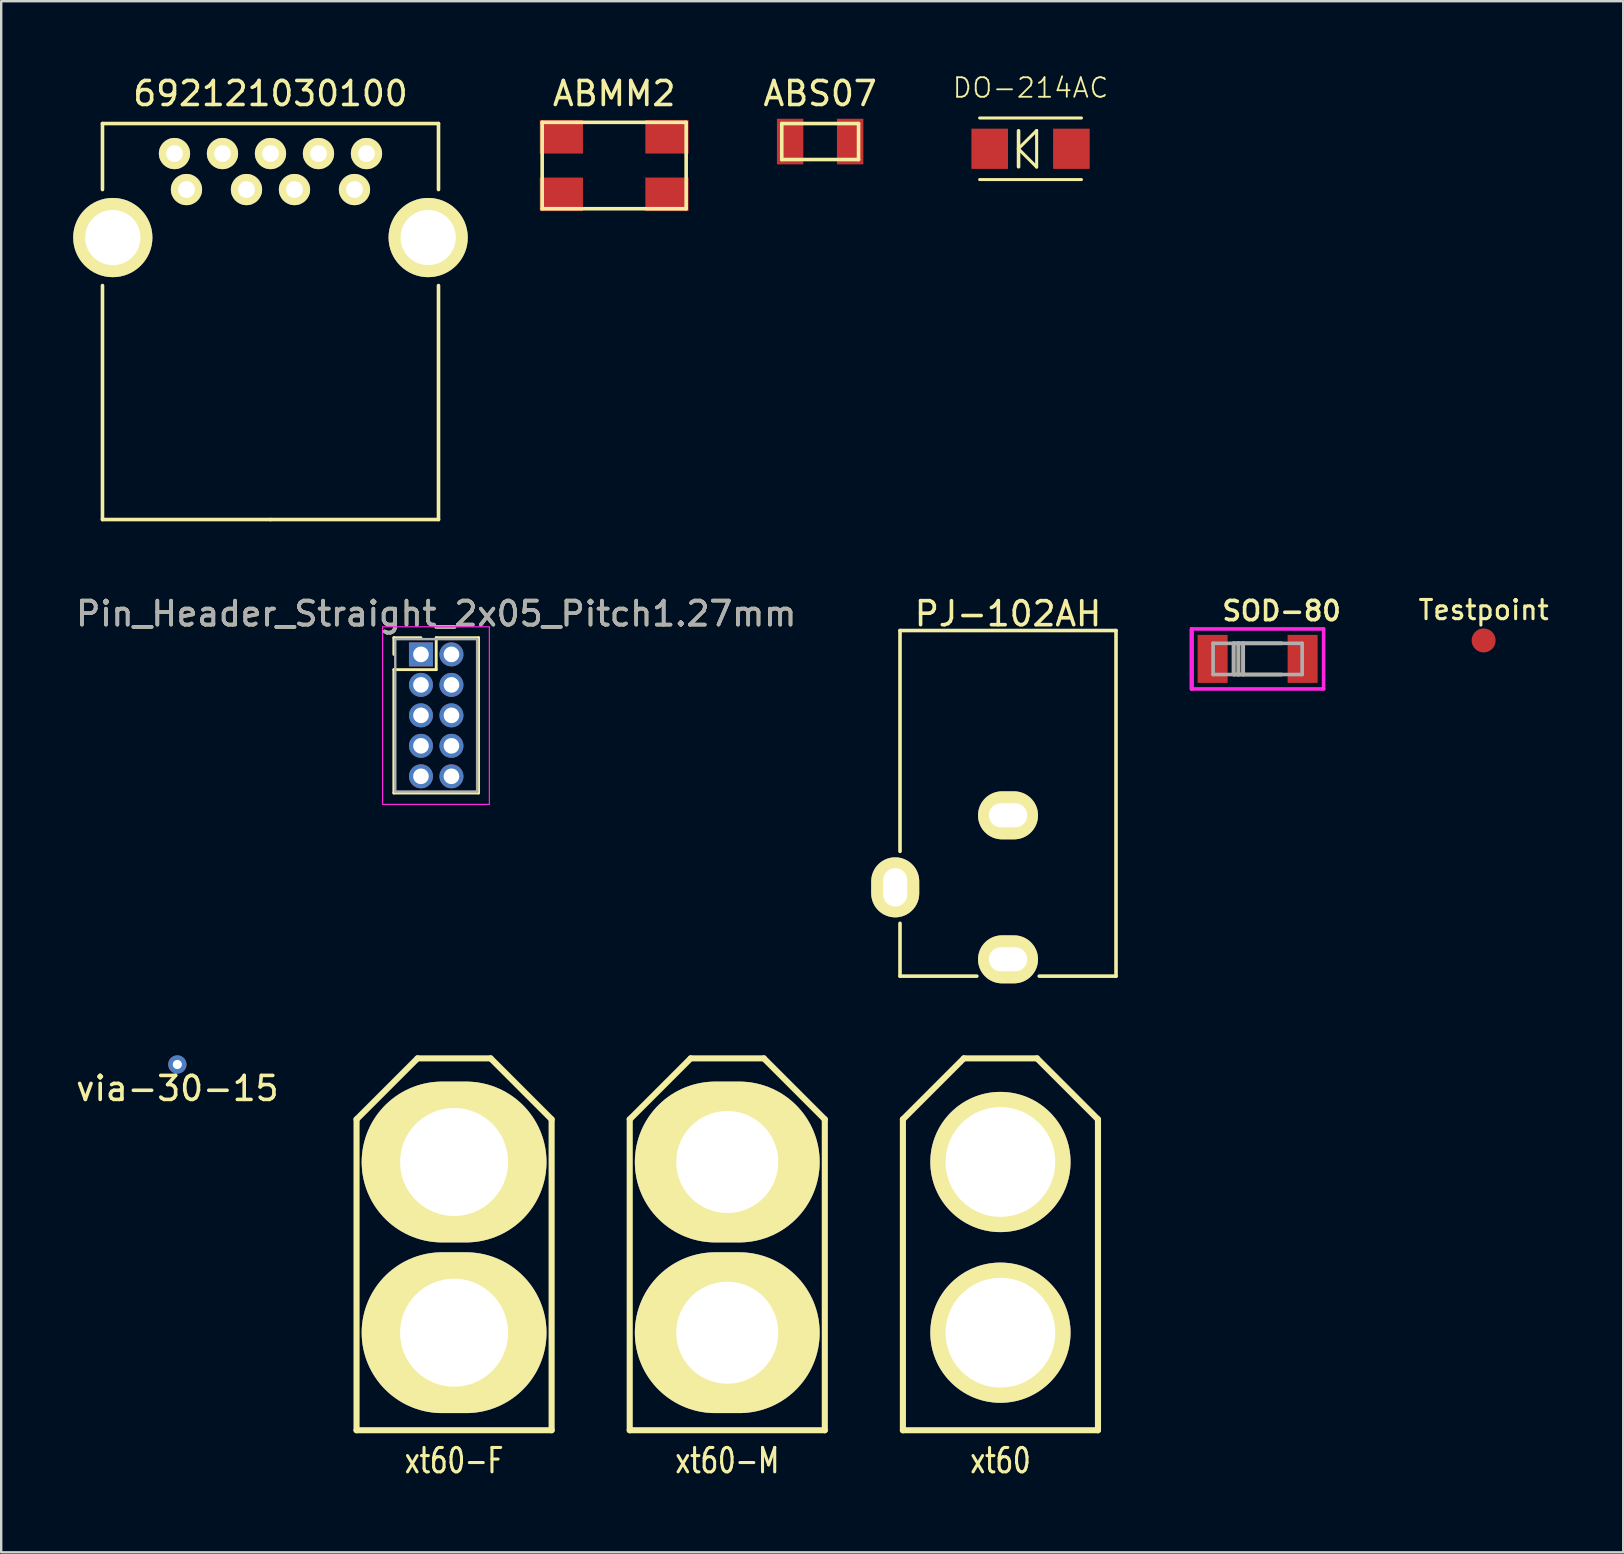
<source format=kicad_pcb>
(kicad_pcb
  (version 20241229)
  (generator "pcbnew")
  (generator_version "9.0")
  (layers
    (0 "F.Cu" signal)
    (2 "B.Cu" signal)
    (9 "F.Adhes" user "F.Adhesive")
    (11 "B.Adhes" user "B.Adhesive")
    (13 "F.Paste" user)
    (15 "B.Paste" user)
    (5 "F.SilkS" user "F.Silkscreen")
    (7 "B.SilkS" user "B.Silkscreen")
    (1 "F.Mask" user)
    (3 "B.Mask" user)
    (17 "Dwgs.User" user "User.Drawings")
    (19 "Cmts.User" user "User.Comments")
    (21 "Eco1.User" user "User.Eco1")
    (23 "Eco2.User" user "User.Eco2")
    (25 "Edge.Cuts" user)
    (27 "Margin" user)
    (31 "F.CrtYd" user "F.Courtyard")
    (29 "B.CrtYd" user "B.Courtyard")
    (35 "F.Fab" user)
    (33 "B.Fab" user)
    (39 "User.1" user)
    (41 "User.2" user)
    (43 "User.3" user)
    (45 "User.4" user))
  (footprint "Pin_Header_Straight_2x05_Pitch1.27mm"
    (layer "F.Cu")
    (at 14.49 24.216)
    (property "Reference" "Pin_Header_Straight_2x05_Pitch1.27mm" (at 0.635 -1.695 0) (layer "F.SilkS") (effects (font (size 1 1) (thickness 0.15))))
    (attr through_hole)
    (fp_line (start -1.13 -0.695) (end 0 -0.695) (stroke (width 0.12) (type solid)) (layer "F.SilkS"))
    (fp_line (start -1.13 0) (end -1.13 -0.695) (stroke (width 0.12) (type solid)) (layer "F.SilkS"))
    (fp_line (start -1.13 0.635) (end -1.13 5.775) (stroke (width 0.12) (type solid)) (layer "F.SilkS"))
    (fp_line (start -1.13 5.775) (end 2.4 5.775) (stroke (width 0.12) (type solid)) (layer "F.SilkS"))
    (fp_line (start 0.635 -0.695) (end 0.635 0.635) (stroke (width 0.12) (type solid)) (layer "F.SilkS"))
    (fp_line (start 0.635 0.635) (end -1.13 0.635) (stroke (width 0.12) (type solid)) (layer "F.SilkS"))
    (fp_line (start 2.4 -0.695) (end 0.635 -0.695) (stroke (width 0.12) (type solid)) (layer "F.SilkS"))
    (fp_line (start 2.4 5.775) (end 2.4 -0.695) (stroke (width 0.12) (type solid)) (layer "F.SilkS"))
    (fp_line (start -1.6 -1.15) (end -1.6 6.25) (stroke (width 0.05) (type solid)) (layer "F.CrtYd"))
    (fp_line (start -1.6 6.25) (end 2.85 6.25) (stroke (width 0.05) (type solid)) (layer "F.CrtYd"))
    (fp_line (start 2.85 -1.15) (end -1.6 -1.15) (stroke (width 0.05) (type solid)) (layer "F.CrtYd"))
    (fp_line (start 2.85 6.25) (end 2.85 -1.15) (stroke (width 0.05) (type solid)) (layer "F.CrtYd"))
    (fp_line (start -1.07 -0.635) (end -1.07 5.715) (stroke (width 0.1) (type solid)) (layer "F.Fab"))
    (fp_line (start -1.07 5.715) (end 2.34 5.715) (stroke (width 0.1) (type solid)) (layer "F.Fab"))
    (fp_line (start 2.34 -0.635) (end -1.07 -0.635) (stroke (width 0.1) (type solid)) (layer "F.Fab"))
    (fp_line (start 2.34 5.715) (end 2.34 -0.635) (stroke (width 0.1) (type solid)) (layer "F.Fab"))
    (fp_text user "${REFERENCE}" (at 0.635 -1.695 0) (layer "F.Fab") (effects (font (size 1 1) (thickness 0.15))))
    (pad "1" thru_hole rect (at 0 0) (size 1 1) (drill 0.65) (layers "*.Cu" "*.Mask"))
    (pad "2" thru_hole oval (at 1.27 0) (size 1 1) (drill 0.65) (layers "*.Cu" "*.Mask"))
    (pad "3" thru_hole oval (at 0 1.27) (size 1 1) (drill 0.65) (layers "*.Cu" "*.Mask"))
    (pad "4" thru_hole oval (at 1.27 1.27) (size 1 1) (drill 0.65) (layers "*.Cu" "*.Mask"))
    (pad "5" thru_hole oval (at 0 2.54) (size 1 1) (drill 0.65) (layers "*.Cu" "*.Mask"))
    (pad "6" thru_hole oval (at 1.27 2.54) (size 1 1) (drill 0.65) (layers "*.Cu" "*.Mask"))
    (pad "7" thru_hole oval (at 0 3.81) (size 1 1) (drill 0.65) (layers "*.Cu" "*.Mask"))
    (pad "8" thru_hole oval (at 1.27 3.81) (size 1 1) (drill 0.65) (layers "*.Cu" "*.Mask"))
    (pad "9" thru_hole oval (at 0 5.08) (size 1 1) (drill 0.65) (layers "*.Cu" "*.Mask"))
    (pad "10" thru_hole oval (at 1.27 5.08) (size 1 1) (drill 0.65) (layers "*.Cu" "*.Mask")))
  (footprint "ABMM2"
    (layer "F.Cu")
    (at 22.54 3.848)
    (property "Reference" "ABMM2" (at 0 -3 0) (layer "F.SilkS") (effects (font (size 1 1) (thickness 0.15))))
    (attr through_hole)
    (fp_line (start -3 -1.8) (end 3 -1.8) (stroke (width 0.15) (type solid)) (layer "F.SilkS"))
    (fp_line (start -3 1.8) (end -3 -1.8) (stroke (width 0.15) (type solid)) (layer "F.SilkS"))
    (fp_line (start 3 -1.8) (end 3 1.8) (stroke (width 0.15) (type solid)) (layer "F.SilkS"))
    (fp_line (start 3 1.8) (end -3 1.8) (stroke (width 0.15) (type solid)) (layer "F.SilkS"))
    (pad "1" smd rect (at -2.2 1.2) (size 1.8 1.4) (layers "F.Cu" "F.Mask" "F.Paste"))
    (pad "2" smd rect (at 2.2 1.2) (size 1.8 1.4) (layers "F.Cu" "F.Mask" "F.Paste"))
    (pad "3" smd rect (at 2.2 -1.2) (size 1.8 1.4) (layers "F.Cu" "F.Mask" "F.Paste"))
    (pad "4" smd rect (at -2.2 -1.2) (size 1.8 1.4) (layers "F.Cu" "F.Mask" "F.Paste")))
  (footprint "PJ-102AH"
    (layer "F.Cu")
    (at 38.95 33.922)
    (property "Reference" "PJ-102AH" (at 0 -11.4 0) (layer "F.SilkS") (effects (font (size 1 1) (thickness 0.15))))
    (attr through_hole)
    (fp_line (start -4.5 -10.7) (end -4.5 -1.5) (stroke (width 0.15) (type solid)) (layer "F.SilkS"))
    (fp_line (start -4.5 1.5) (end -4.5 3.7) (stroke (width 0.15) (type solid)) (layer "F.SilkS"))
    (fp_line (start -4.5 3.7) (end -1.3 3.7) (stroke (width 0.15) (type solid)) (layer "F.SilkS"))
    (fp_line (start 1.3 3.7) (end 4.5 3.7) (stroke (width 0.15) (type solid)) (layer "F.SilkS"))
    (fp_line (start 4.5 -10.7) (end -4.5 -10.7) (stroke (width 0.15) (type solid)) (layer "F.SilkS"))
    (fp_line (start 4.5 3.7) (end 4.5 -10.7) (stroke (width 0.15) (type solid)) (layer "F.SilkS"))
    (pad "1" thru_hole oval (at 0 3) (size 2.5 2) (drill oval 1.6 1) (layers "*.Cu" "*.Mask" "F.SilkS"))
    (pad "2" thru_hole oval (at 0 -3) (size 2.5 2) (drill oval 1.6 1) (layers "*.Cu" "*.Mask" "F.SilkS"))
    (pad "3" thru_hole oval (at -4.7 0) (size 2 2.5) (drill oval 1 1.6) (layers "*.Cu" "*.Mask" "F.SilkS")))
  (footprint "Testpoint"
    (layer "F.Cu")
    (at 58.767 23.634)
    (property "Reference" "Testpoint" (at 0 -1.27 0) (layer "F.SilkS") (effects (font (size 0.8 0.8) (thickness 0.127))))
    (attr through_hole)
    (pad "1" smd circle (at 0 0) (size 1 1) (layers "F.Cu" "F.Mask")))
  (footprint "xt60"
    (layer "F.Cu")
    (at 38.634 48.922)
    (property "Reference" "xt60" (at 0 8.89 0) (layer "F.SilkS") (effects (font (size 1.016 0.762) (thickness 0.127))))
    (attr through_hole)
    (fp_line (start -4.064 -5.334) (end -4.064 7.62) (stroke (width 0.254) (type solid)) (layer "F.SilkS"))
    (fp_line (start -4.064 7.62) (end 4.064 7.62) (stroke (width 0.254) (type solid)) (layer "F.SilkS"))
    (fp_line (start -1.524 -7.874) (end -4.064 -5.334) (stroke (width 0.254) (type solid)) (layer "F.SilkS"))
    (fp_line (start -1.524 -7.874) (end 1.524 -7.874) (stroke (width 0.254) (type solid)) (layer "F.SilkS"))
    (fp_line (start 1.524 -7.874) (end 4.064 -5.334) (stroke (width 0.254) (type solid)) (layer "F.SilkS"))
    (fp_line (start 4.064 7.62) (end 4.064 -5.334) (stroke (width 0.254) (type solid)) (layer "F.SilkS"))
    (pad "N" thru_hole circle (at 0 -3.556) (size 5.842 5.842) (drill 4.572) (layers "*.Cu" "*.Mask" "F.SilkS"))
    (pad "P" thru_hole circle (at 0 3.556) (size 5.842 5.842) (drill 4.572) (layers "*.Cu" "*.Mask" "F.SilkS")))
  (footprint "SOD-80"
    (layer "F.Cu")
    (at 49.35 24.404)
    (property "Reference" "SOD-80" (at 1 -2 0) (layer "F.SilkS") (effects (font (size 0.8 0.8) (thickness 0.15))))
    (attr smd)
    (fp_line (start -2.75 1.25) (end -2.75 -1.25) (stroke (width 0.15) (type solid)) (layer "F.SilkS"))
    (fp_line (start -1 -0.65) (end 1 -0.65) (stroke (width 0.15) (type solid)) (layer "F.SilkS"))
    (fp_line (start -1 0.65) (end -1 -0.65) (stroke (width 0.15) (type solid)) (layer "F.SilkS"))
    (fp_line (start -0.8 0.65) (end -0.8 -0.65) (stroke (width 0.15) (type solid)) (layer "F.SilkS"))
    (fp_line (start -0.6 -0.65) (end -0.6 0.65) (stroke (width 0.15) (type solid)) (layer "F.SilkS"))
    (fp_line (start 1 0.65) (end -1 0.65) (stroke (width 0.15) (type solid)) (layer "F.SilkS"))
    (fp_line (start -2.75 -1.25) (end 2.75 -1.25) (stroke (width 0.15) (type solid)) (layer "F.CrtYd"))
    (fp_line (start -2.75 1.25) (end -2.75 -1.25) (stroke (width 0.15) (type solid)) (layer "F.CrtYd"))
    (fp_line (start 2.75 -1.25) (end 2.75 1.25) (stroke (width 0.15) (type solid)) (layer "F.CrtYd"))
    (fp_line (start 2.75 1.25) (end -2.75 1.25) (stroke (width 0.15) (type solid)) (layer "F.CrtYd"))
    (fp_line (start -1.855 -0.65) (end 1.855 -0.65) (stroke (width 0.15) (type solid)) (layer "F.Fab"))
    (fp_line (start -1.855 0.65) (end -1.855 -0.65) (stroke (width 0.15) (type solid)) (layer "F.Fab"))
    (fp_line (start -1 -0.65) (end -1 0.65) (stroke (width 0.15) (type solid)) (layer "F.Fab"))
    (fp_line (start -0.8 0.65) (end -0.8 -0.65) (stroke (width 0.15) (type solid)) (layer "F.Fab"))
    (fp_line (start -0.6 -0.65) (end -0.6 0.65) (stroke (width 0.15) (type solid)) (layer "F.Fab"))
    (fp_line (start 1.855 -0.65) (end 1.855 0.65) (stroke (width 0.15) (type solid)) (layer "F.Fab"))
    (fp_line (start 1.855 0.65) (end -1.855 0.65) (stroke (width 0.15) (type solid)) (layer "F.Fab"))
    (pad "1" smd rect (at -1.875 0) (size 1.25 2) (layers "F.Cu" "F.Mask" "F.Paste"))
    (pad "2" smd rect (at 1.875 0) (size 1.25 2) (layers "F.Cu" "F.Mask" "F.Paste")))
  (footprint "xt60-F"
    (layer "F.Cu")
    (at 15.87 48.922)
    (property "Reference" "xt60-F" (at 0 8.89 0) (layer "F.SilkS") (effects (font (size 1.016 0.762) (thickness 0.127))))
    (attr through_hole)
    (fp_line (start -4.064 -5.334) (end -4.064 7.62) (stroke (width 0.254) (type solid)) (layer "F.SilkS"))
    (fp_line (start -4.064 7.62) (end 4.064 7.62) (stroke (width 0.254) (type solid)) (layer "F.SilkS"))
    (fp_line (start -1.524 -7.874) (end -4.064 -5.334) (stroke (width 0.254) (type solid)) (layer "F.SilkS"))
    (fp_line (start -1.524 -7.874) (end 1.524 -7.874) (stroke (width 0.254) (type solid)) (layer "F.SilkS"))
    (fp_line (start 1.524 -7.874) (end 4.064 -5.334) (stroke (width 0.254) (type solid)) (layer "F.SilkS"))
    (fp_line (start 4.064 7.62) (end 4.064 -5.334) (stroke (width 0.254) (type solid)) (layer "F.SilkS"))
    (pad "N" thru_hole oval (at 0 -3.556) (size 7.7 6.7) (drill 4.5) (layers "*.Cu" "*.Mask" "F.SilkS"))
    (pad "P" thru_hole oval (at 0 3.556) (size 7.7 6.7) (drill 4.5) (layers "*.Cu" "*.Mask" "F.SilkS")))
  (footprint "xt60-M"
    (layer "F.Cu")
    (at 27.252 48.922)
    (property "Reference" "xt60-M" (at 0 8.89 0) (layer "F.SilkS") (effects (font (size 1.016 0.762) (thickness 0.127))))
    (attr through_hole)
    (fp_line (start -4.064 -5.334) (end -4.064 7.62) (stroke (width 0.254) (type solid)) (layer "F.SilkS"))
    (fp_line (start -4.064 7.62) (end 4.064 7.62) (stroke (width 0.254) (type solid)) (layer "F.SilkS"))
    (fp_line (start -1.524 -7.874) (end -4.064 -5.334) (stroke (width 0.254) (type solid)) (layer "F.SilkS"))
    (fp_line (start -1.524 -7.874) (end 1.524 -7.874) (stroke (width 0.254) (type solid)) (layer "F.SilkS"))
    (fp_line (start 1.524 -7.874) (end 4.064 -5.334) (stroke (width 0.254) (type solid)) (layer "F.SilkS"))
    (fp_line (start 4.064 7.62) (end 4.064 -5.334) (stroke (width 0.254) (type solid)) (layer "F.SilkS"))
    (pad "N" thru_hole oval (at 0 -3.556) (size 7.7 6.7) (drill 4.25) (layers "*.Cu" "*.Mask" "F.SilkS"))
    (pad "P" thru_hole oval (at 0 3.556) (size 7.7 6.7) (drill 4.25) (layers "*.Cu" "*.Mask" "F.SilkS")))
  (footprint "DO-214AC"
    (layer "F.Cu")
    (at 39.889 3.149)
    (property "Reference" "DO-214AC" (at 0 -2.54 0) (layer "F.SilkS") (effects (font (size 0.813 0.813) (thickness 0.076))))
    (attr through_hole)
    (fp_line (start -2.121 -1.283) (end 2.121 -1.283) (stroke (width 0.127) (type solid)) (layer "F.SilkS"))
    (fp_line (start -0.508 0) (end 0.254 -0.762) (stroke (width 0.127) (type solid)) (layer "F.SilkS"))
    (fp_line (start -0.5 -0.75) (end -0.5 0.75) (stroke (width 0.15) (type solid)) (layer "F.SilkS"))
    (fp_line (start 0.254 -0.762) (end 0.254 0.762) (stroke (width 0.127) (type solid)) (layer "F.SilkS"))
    (fp_line (start 0.254 0.762) (end -0.508 0) (stroke (width 0.127) (type solid)) (layer "F.SilkS"))
    (fp_line (start 2.121 1.283) (end -2.121 1.283) (stroke (width 0.127) (type solid)) (layer "F.SilkS"))
    (pad "1" smd rect (at -1.702 0) (size 1.524 1.676) (layers "F.Cu" "F.Mask" "F.Paste"))
    (pad "2" smd rect (at 1.702 0) (size 1.524 1.676) (layers "F.Cu" "F.Mask" "F.Paste")))
  (footprint "692121030100"
    (layer "F.Cu")
    (at 8.22 6.848)
    (property "Reference" "692121030100" (at 0 -6 0) (layer "F.SilkS") (effects (font (size 1 1) (thickness 0.15))))
    (attr through_hole)
    (fp_line (start -7 -4.75) (end 7 -4.75) (stroke (width 0.15) (type solid)) (layer "F.SilkS"))
    (fp_line (start -7 -2) (end -7 -4.75) (stroke (width 0.15) (type solid)) (layer "F.SilkS"))
    (fp_line (start -7 11.75) (end -7 2) (stroke (width 0.15) (type solid)) (layer "F.SilkS"))
    (fp_line (start 0 11.75) (end -7 11.75) (stroke (width 0.15) (type solid)) (layer "F.SilkS"))
    (fp_line (start 0 11.75) (end 7 11.75) (stroke (width 0.15) (type solid)) (layer "F.SilkS"))
    (fp_line (start 7 -4.75) (end 7 -2) (stroke (width 0.15) (type solid)) (layer "F.SilkS"))
    (fp_line (start 7 11.75) (end 7 2) (stroke (width 0.15) (type solid)) (layer "F.SilkS"))
    (pad "1" thru_hole circle (at -3.5 -2) (size 1.3 1.3) (drill 0.7) (layers "*.Cu" "*.Mask" "F.SilkS"))
    (pad "2" thru_hole circle (at -1 -2) (size 1.3 1.3) (drill 0.7) (layers "*.Cu" "*.Mask" "F.SilkS"))
    (pad "3" thru_hole circle (at 1 -2) (size 1.3 1.3) (drill 0.7) (layers "*.Cu" "*.Mask" "F.SilkS"))
    (pad "4" thru_hole circle (at 3.5 -2) (size 1.3 1.3) (drill 0.7) (layers "*.Cu" "*.Mask" "F.SilkS"))
    (pad "5" thru_hole circle (at 4 -3.5) (size 1.3 1.3) (drill 0.7) (layers "*.Cu" "*.Mask" "F.SilkS"))
    (pad "6" thru_hole circle (at 2 -3.5) (size 1.3 1.3) (drill 0.7) (layers "*.Cu" "*.Mask" "F.SilkS"))
    (pad "7" thru_hole circle (at 0 -3.5) (size 1.3 1.3) (drill 0.7) (layers "*.Cu" "*.Mask" "F.SilkS"))
    (pad "8" thru_hole circle (at -2 -3.5) (size 1.3 1.3) (drill 0.7) (layers "*.Cu" "*.Mask" "F.SilkS"))
    (pad "9" thru_hole circle (at -4 -3.5) (size 1.3 1.3) (drill 0.7) (layers "*.Cu" "*.Mask" "F.SilkS"))
    (pad "10" thru_hole circle (at 6.57 0) (size 3.3 3.3) (drill 2.3) (layers "*.Cu" "*.Mask" "F.SilkS"))
    (pad "11" thru_hole circle (at -6.57 0) (size 3.3 3.3) (drill 2.3) (layers "*.Cu" "*.Mask" "F.SilkS")))
  (footprint "ABS07"
    (layer "F.Cu")
    (at 31.122 2.848)
    (property "Reference" "ABS07" (at 0 -2 0) (layer "F.SilkS") (effects (font (size 1 1) (thickness 0.15))))
    (attr through_hole)
    (fp_line (start -1.6 -0.75) (end 1.6 -0.75) (stroke (width 0.15) (type solid)) (layer "F.SilkS"))
    (fp_line (start -1.6 0.75) (end -1.6 -0.75) (stroke (width 0.15) (type solid)) (layer "F.SilkS"))
    (fp_line (start 1.6 -0.75) (end 1.6 0.75) (stroke (width 0.15) (type solid)) (layer "F.SilkS"))
    (fp_line (start 1.6 0.75) (end -1.6 0.75) (stroke (width 0.15) (type solid)) (layer "F.SilkS"))
    (pad "1" smd rect (at -1.25 0) (size 1.1 1.9) (layers "F.Cu" "F.Mask" "F.Paste"))
    (pad "2" smd rect (at 1.25 0) (size 1.1 1.9) (layers "F.Cu" "F.Mask" "F.Paste")))
  (footprint "via-30-15"
    (layer "F.Cu")
    (at 4.339 41.303)
    (property "Reference" "via-30-15" (at 0 1 0) (layer "F.SilkS") (effects (font (size 1 1) (thickness 0.15))))
    (attr through_hole)
    (pad "" thru_hole circle (at 0 0) (size 0.762 0.762) (drill 0.381) (layers "*.Cu")))
  (gr_rect
    (start -3 -3)
    (end 64.583 61.63)
    (stroke (width 0.1) (type default))
    (fill no)
    (layer "Edge.Cuts")))
</source>
